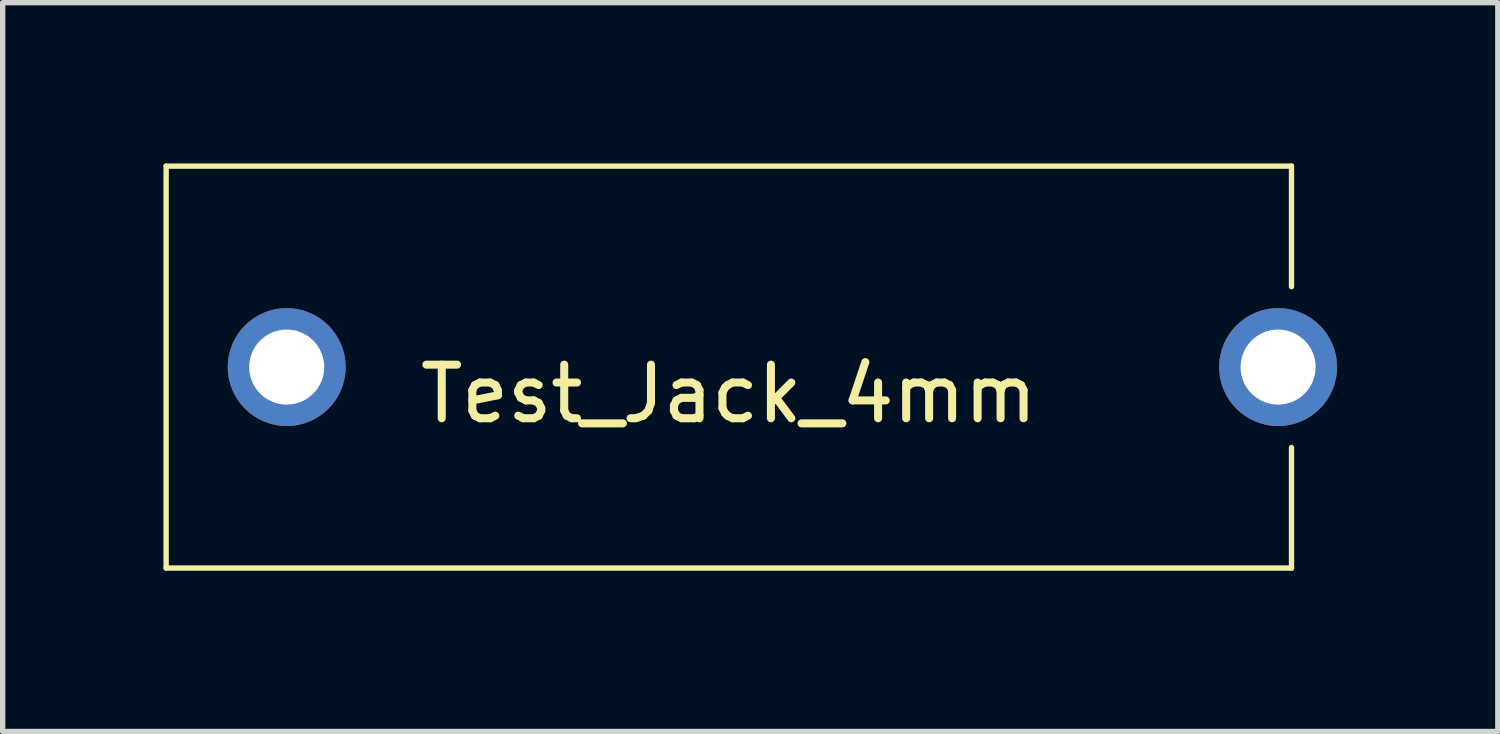
<source format=kicad_pcb>
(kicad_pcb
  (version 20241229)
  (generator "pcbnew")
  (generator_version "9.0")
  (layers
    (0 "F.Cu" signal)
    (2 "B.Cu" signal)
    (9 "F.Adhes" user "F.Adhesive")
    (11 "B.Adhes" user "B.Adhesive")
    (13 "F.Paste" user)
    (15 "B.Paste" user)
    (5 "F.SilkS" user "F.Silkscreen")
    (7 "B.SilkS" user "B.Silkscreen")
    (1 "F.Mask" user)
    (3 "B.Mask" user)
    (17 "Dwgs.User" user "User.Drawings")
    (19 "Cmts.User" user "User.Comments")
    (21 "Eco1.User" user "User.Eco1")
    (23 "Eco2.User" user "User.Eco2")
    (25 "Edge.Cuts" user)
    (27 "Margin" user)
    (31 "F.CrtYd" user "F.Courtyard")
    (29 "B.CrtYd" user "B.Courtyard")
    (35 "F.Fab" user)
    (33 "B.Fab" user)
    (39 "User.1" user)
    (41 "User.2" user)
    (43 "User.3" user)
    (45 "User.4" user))
  (footprint "Test_Jack_4mm"
    (layer "F.Cu")
    (at 10.55 3.8)
    (property "Reference" "Test_Jack_4mm" (at 0 0.5 0) (layer "F.SilkS") (effects (font (size 1 1) (thickness 0.15))))
    (attr through_hole)
    (fp_line (start -10.5 -3.75) (end 10.5 -3.75) (stroke (width 0.1) (type solid)) (layer "F.SilkS"))
    (fp_line (start -10.5 3.75) (end -10.5 -3.75) (stroke (width 0.1) (type solid)) (layer "F.SilkS"))
    (fp_line (start 10.5 -3.75) (end 10.5 -1.5) (stroke (width 0.1) (type solid)) (layer "F.SilkS"))
    (fp_line (start 10.5 1.5) (end 10.5 3.75) (stroke (width 0.1) (type solid)) (layer "F.SilkS"))
    (fp_line (start 10.5 3.75) (end -10.5 3.75) (stroke (width 0.1) (type solid)) (layer "F.SilkS"))
    (pad "1" thru_hole circle (at -8.25 0) (size 2.2 2.2) (drill 1.4) (layers "*.Cu" "*.Mask"))
    (pad "1" thru_hole circle (at 10.25 0) (size 2.2 2.2) (drill 1.4) (layers "*.Cu" "*.Mask")))
  (gr_rect
    (start -3 -3)
    (end 24.9 10.6)
    (stroke (width 0.1) (type default))
    (fill no)
    (layer "Edge.Cuts")))
</source>
